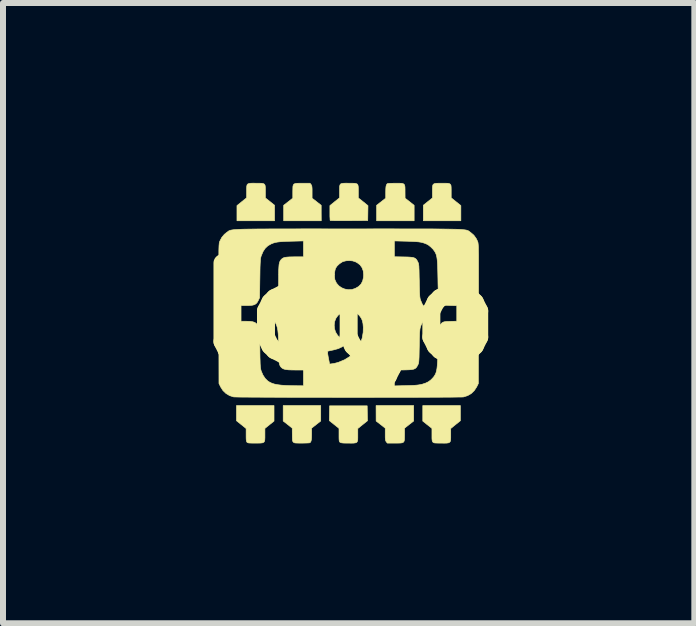
<source format=kicad_pcb>
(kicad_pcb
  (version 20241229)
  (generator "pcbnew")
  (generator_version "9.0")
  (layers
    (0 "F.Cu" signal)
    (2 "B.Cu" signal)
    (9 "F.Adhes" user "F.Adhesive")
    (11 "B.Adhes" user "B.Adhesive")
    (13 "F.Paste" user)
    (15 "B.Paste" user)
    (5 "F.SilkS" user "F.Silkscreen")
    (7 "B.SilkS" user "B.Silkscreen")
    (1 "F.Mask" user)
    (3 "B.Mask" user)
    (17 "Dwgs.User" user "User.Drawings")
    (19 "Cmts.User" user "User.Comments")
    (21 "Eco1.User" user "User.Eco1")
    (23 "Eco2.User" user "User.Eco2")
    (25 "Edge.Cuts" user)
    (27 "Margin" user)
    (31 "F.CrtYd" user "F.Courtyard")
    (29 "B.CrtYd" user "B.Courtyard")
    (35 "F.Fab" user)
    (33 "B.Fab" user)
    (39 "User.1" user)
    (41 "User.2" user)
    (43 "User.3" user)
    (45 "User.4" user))
  (footprint "logo"
    (layer "F.Cu")
    (at 2.765 2.173)
    (property "Reference" "logo" (at 0 0 0) (layer "F.SilkS") (effects (font (size 1.524 1.524) (thickness 0.3))))
    (attr through_hole)
    (fp_poly (pts (xy -1.547 -2.167) (xy -1.491 -2.167) (xy -1.451 -2.166) (xy -1.422 -2.161) (xy -1.404 -2.15) (xy -1.394 -2.132) (xy -1.39 -2.104) (xy -1.389 -2.065) (xy -1.389 -2.028) (xy -1.389 -1.922) (xy -1.312 -1.861) (xy -1.236 -1.8) (xy -1.236 -1.541) (xy -1.863 -1.541) (xy -1.863 -1.794) (xy -1.702 -1.924) (xy -1.702 -2.032) (xy -1.702 -2.08) (xy -1.7 -2.115) (xy -1.695 -2.139) (xy -1.683 -2.154) (xy -1.663 -2.163) (xy -1.633 -2.167) (xy -1.589 -2.168) (xy -1.547 -2.167)) (stroke (width 0.01) (type solid)) (fill yes) (layer "F.SilkS"))
    (fp_poly (pts (xy 1.612 -2.167) (xy 1.652 -2.166) (xy 1.679 -2.161) (xy 1.696 -2.15) (xy 1.706 -2.132) (xy 1.709 -2.104) (xy 1.71 -2.064) (xy 1.71 -2.03) (xy 1.71 -1.924) (xy 1.871 -1.794) (xy 1.871 -1.541) (xy 1.245 -1.541) (xy 1.245 -1.8) (xy 1.321 -1.861) (xy 1.397 -1.922) (xy 1.397 -2.032) (xy 1.397 -2.079) (xy 1.399 -2.114) (xy 1.404 -2.138) (xy 1.416 -2.153) (xy 1.435 -2.162) (xy 1.466 -2.166) (xy 1.509 -2.167) (xy 1.558 -2.167) (xy 1.612 -2.167)) (stroke (width 0.01) (type solid)) (fill yes) (layer "F.SilkS"))
    (fp_poly (pts (xy -0.627 -2.145) (xy -0.62 -2.134) (xy -0.615 -2.12) (xy -0.612 -2.101) (xy -0.61 -2.072) (xy -0.61 -2.031) (xy -0.61 -2.02) (xy -0.61 -1.918) (xy -0.458 -1.799) (xy -0.458 -1.67) (xy -0.457 -1.541) (xy -1.084 -1.541) (xy -1.084 -1.67) (xy -1.084 -1.799) (xy -0.932 -1.918) (xy -0.932 -2.026) (xy -0.931 -2.075) (xy -0.93 -2.111) (xy -0.924 -2.137) (xy -0.912 -2.153) (xy -0.892 -2.162) (xy -0.861 -2.166) (xy -0.817 -2.167) (xy -0.771 -2.167) (xy -0.645 -2.167) (xy -0.627 -2.145)) (stroke (width 0.01) (type solid)) (fill yes) (layer "F.SilkS"))
    (fp_poly (pts (xy 1.084 1.67) (xy 1.084 1.799) (xy 1.008 1.858) (xy 0.932 1.918) (xy 0.932 2.026) (xy 0.931 2.075) (xy 0.93 2.111) (xy 0.924 2.137) (xy 0.912 2.153) (xy 0.892 2.162) (xy 0.861 2.166) (xy 0.817 2.167) (xy 0.771 2.167) (xy 0.645 2.167) (xy 0.627 2.145) (xy 0.62 2.134) (xy 0.615 2.12) (xy 0.612 2.101) (xy 0.61 2.072) (xy 0.61 2.031) (xy 0.61 2.02) (xy 0.61 1.918) (xy 0.534 1.858) (xy 0.458 1.799) (xy 0.457 1.541) (xy 1.084 1.541) (xy 1.084 1.67)) (stroke (width 0.01) (type solid)) (fill yes) (layer "F.SilkS"))
    (fp_poly (pts (xy -1.245 1.8) (xy -1.321 1.861) (xy -1.397 1.922) (xy -1.397 2.032) (xy -1.397 2.079) (xy -1.399 2.114) (xy -1.404 2.138) (xy -1.416 2.153) (xy -1.435 2.162) (xy -1.466 2.166) (xy -1.509 2.167) (xy -1.558 2.167) (xy -1.608 2.167) (xy -1.643 2.166) (xy -1.666 2.165) (xy -1.681 2.161) (xy -1.691 2.157) (xy -1.696 2.152) (xy -1.702 2.142) (xy -1.706 2.127) (xy -1.709 2.104) (xy -1.71 2.069) (xy -1.71 2.03) (xy -1.71 1.924) (xy -1.871 1.794) (xy -1.871 1.541) (xy -1.245 1.541) (xy -1.245 1.8)) (stroke (width 0.01) (type solid)) (fill yes) (layer "F.SilkS"))
    (fp_poly (pts (xy 0.836 -2.167) (xy 0.877 -2.166) (xy 0.906 -2.161) (xy 0.924 -2.15) (xy 0.934 -2.132) (xy 0.939 -2.104) (xy 0.94 -2.065) (xy 0.94 -2.026) (xy 0.941 -1.918) (xy 1.092 -1.799) (xy 1.092 -1.67) (xy 1.092 -1.541) (xy 0.466 -1.541) (xy 0.466 -1.67) (xy 0.466 -1.799) (xy 0.618 -1.918) (xy 0.618 -2.018) (xy 0.619 -2.07) (xy 0.622 -2.109) (xy 0.628 -2.135) (xy 0.638 -2.153) (xy 0.647 -2.161) (xy 0.658 -2.163) (xy 0.683 -2.165) (xy 0.719 -2.166) (xy 0.762 -2.167) (xy 0.781 -2.167) (xy 0.836 -2.167)) (stroke (width 0.01) (type solid)) (fill yes) (layer "F.SilkS"))
    (fp_poly (pts (xy 0.311 1.67) (xy 0.314 1.794) (xy 0.152 1.924) (xy 0.152 2.032) (xy 0.152 2.08) (xy 0.151 2.115) (xy 0.145 2.139) (xy 0.134 2.155) (xy 0.113 2.163) (xy 0.083 2.167) (xy 0.039 2.168) (xy -0.001 2.167) (xy -0.052 2.167) (xy -0.089 2.166) (xy -0.115 2.163) (xy -0.132 2.159) (xy -0.142 2.154) (xy -0.15 2.148) (xy -0.155 2.139) (xy -0.158 2.126) (xy -0.16 2.104) (xy -0.161 2.071) (xy -0.161 2.032) (xy -0.161 1.922) (xy -0.322 1.793) (xy -0.32 1.669) (xy -0.318 1.545) (xy 0.309 1.545) (xy 0.311 1.67)) (stroke (width 0.01) (type solid)) (fill yes) (layer "F.SilkS"))
    (fp_poly (pts (xy 1.863 1.794) (xy 1.782 1.859) (xy 1.702 1.924) (xy 1.702 2.032) (xy 1.702 2.08) (xy 1.7 2.115) (xy 1.695 2.139) (xy 1.683 2.154) (xy 1.663 2.163) (xy 1.633 2.167) (xy 1.589 2.168) (xy 1.547 2.167) (xy 1.498 2.167) (xy 1.463 2.166) (xy 1.439 2.165) (xy 1.423 2.162) (xy 1.413 2.157) (xy 1.405 2.151) (xy 1.398 2.142) (xy 1.394 2.13) (xy 1.391 2.113) (xy 1.389 2.086) (xy 1.389 2.046) (xy 1.389 2.028) (xy 1.389 1.922) (xy 1.312 1.861) (xy 1.236 1.8) (xy 1.236 1.541) (xy 1.863 1.541) (xy 1.863 1.794)) (stroke (width 0.01) (type solid)) (fill yes) (layer "F.SilkS"))
    (fp_poly (pts (xy -0.466 1.799) (xy -0.542 1.858) (xy -0.618 1.918) (xy -0.618 2.018) (xy -0.619 2.07) (xy -0.622 2.109) (xy -0.628 2.135) (xy -0.638 2.153) (xy -0.647 2.161) (xy -0.658 2.163) (xy -0.683 2.165) (xy -0.719 2.166) (xy -0.762 2.167) (xy -0.781 2.167) (xy -0.83 2.167) (xy -0.865 2.166) (xy -0.889 2.165) (xy -0.905 2.162) (xy -0.915 2.157) (xy -0.923 2.151) (xy -0.93 2.142) (xy -0.935 2.13) (xy -0.938 2.113) (xy -0.939 2.086) (xy -0.94 2.047) (xy -0.94 2.026) (xy -0.941 1.918) (xy -1.016 1.858) (xy -1.092 1.799) (xy -1.092 1.541) (xy -0.466 1.541) (xy -0.466 1.799)) (stroke (width 0.01) (type solid)) (fill yes) (layer "F.SilkS"))
    (fp_poly (pts (xy 0.001 -2.167) (xy 0.057 -2.167) (xy 0.098 -2.166) (xy 0.126 -2.161) (xy 0.145 -2.152) (xy 0.155 -2.135) (xy 0.16 -2.109) (xy 0.161 -2.072) (xy 0.161 -2.032) (xy 0.161 -1.922) (xy 0.242 -1.858) (xy 0.322 -1.793) (xy 0.32 -1.669) (xy 0.318 -1.545) (xy 0.008 -1.543) (xy -0.063 -1.543) (xy -0.128 -1.543) (xy -0.186 -1.543) (xy -0.235 -1.543) (xy -0.273 -1.544) (xy -0.298 -1.545) (xy -0.308 -1.546) (xy -0.308 -1.546) (xy -0.31 -1.557) (xy -0.311 -1.58) (xy -0.313 -1.615) (xy -0.313 -1.657) (xy -0.313 -1.673) (xy -0.313 -1.794) (xy -0.233 -1.859) (xy -0.152 -1.924) (xy -0.152 -2.032) (xy -0.152 -2.08) (xy -0.151 -2.115) (xy -0.145 -2.139) (xy -0.134 -2.155) (xy -0.113 -2.163) (xy -0.083 -2.167) (xy -0.039 -2.168) (xy 0.001 -2.167)) (stroke (width 0.01) (type solid)) (fill yes) (layer "F.SilkS"))
    (fp_poly (pts (xy -0.453 -1.406) (xy -0.258 -1.405) (xy -0.047 -1.405) (xy 0 -1.405) (xy 0.214 -1.405) (xy 0.412 -1.406) (xy 0.595 -1.406) (xy 0.762 -1.406) (xy 0.915 -1.405) (xy 1.055 -1.405) (xy 1.182 -1.405) (xy 1.296 -1.405) (xy 1.399 -1.405) (xy 1.491 -1.404) (xy 1.572 -1.403) (xy 1.644 -1.402) (xy 1.707 -1.401) (xy 1.762 -1.4) (xy 1.809 -1.399) (xy 1.849 -1.397) (xy 1.883 -1.395) (xy 1.911 -1.392) (xy 1.934 -1.39) (xy 1.953 -1.387) (xy 1.968 -1.384) (xy 1.981 -1.38) (xy 1.991 -1.376) (xy 1.999 -1.372) (xy 2.007 -1.367) (xy 2.014 -1.361) (xy 2.021 -1.356) (xy 2.03 -1.349) (xy 2.032 -1.348) (xy 2.087 -1.301) (xy 2.128 -1.244) (xy 2.15 -1.198) (xy 2.152 -1.191) (xy 2.155 -1.184) (xy 2.157 -1.176) (xy 2.158 -1.166) (xy 2.16 -1.153) (xy 2.161 -1.137) (xy 2.163 -1.116) (xy 2.164 -1.089) (xy 2.164 -1.057) (xy 2.165 -1.017) (xy 2.166 -0.969) (xy 2.166 -0.913) (xy 2.166 -0.846) (xy 2.166 -0.769) (xy 2.166 -0.681) (xy 2.166 -0.58) (xy 2.166 -0.466) (xy 2.166 -0.338) (xy 2.166 -0.195) (xy 2.166 -0.036) (xy 2.165 0.011) (xy 2.163 1.173) (xy 2.135 1.23) (xy 2.096 1.29) (xy 2.046 1.339) (xy 1.985 1.375) (xy 1.916 1.397) (xy 1.914 1.397) (xy 1.901 1.398) (xy 1.872 1.399) (xy 1.828 1.399) (xy 1.77 1.4) (xy 1.699 1.401) (xy 1.615 1.401) (xy 1.52 1.402) (xy 1.415 1.402) (xy 1.301 1.403) (xy 1.178 1.403) (xy 1.047 1.404) (xy 0.91 1.404) (xy 0.767 1.404) (xy 0.619 1.404) (xy 0.468 1.404) (xy 0.314 1.405) (xy 0.158 1.405) (xy 0.001 1.405) (xy -0.156 1.405) (xy -0.313 1.404) (xy -0.467 1.404) (xy -0.618 1.404) (xy -0.766 1.404) (xy -0.909 1.404) (xy -1.047 1.403) (xy -1.178 1.403) (xy -1.301 1.402) (xy -1.416 1.402) (xy -1.522 1.401) (xy -1.617 1.401) (xy -1.701 1.4) (xy -1.773 1.4) (xy -1.832 1.399) (xy -1.877 1.398) (xy -1.907 1.397) (xy -1.921 1.396) (xy -1.921 1.396) (xy -1.986 1.375) (xy -2.046 1.339) (xy -2.096 1.291) (xy -2.134 1.232) (xy -2.135 1.23) (xy -2.163 1.173) (xy -2.165 0.011) (xy -2.166 -0.127) (xy -1.795 -0.127) (xy -1.795 0.135) (xy -1.702 0.135) (xy -1.642 0.137) (xy -1.597 0.144) (xy -1.563 0.156) (xy -1.536 0.176) (xy -1.515 0.205) (xy -1.501 0.233) (xy -1.498 0.243) (xy -1.494 0.257) (xy -1.492 0.275) (xy -1.489 0.299) (xy -1.487 0.331) (xy -1.486 0.373) (xy -1.484 0.426) (xy -1.483 0.493) (xy -1.482 0.574) (xy -1.481 0.588) (xy -1.48 0.672) (xy -1.479 0.74) (xy -1.477 0.795) (xy -1.476 0.838) (xy -1.474 0.872) (xy -1.472 0.899) (xy -1.469 0.92) (xy -1.466 0.938) (xy -1.462 0.953) (xy -1.458 0.966) (xy -1.429 1.033) (xy -1.391 1.09) (xy -1.348 1.132) (xy -1.316 1.152) (xy -1.28 1.169) (xy -1.236 1.183) (xy -1.184 1.193) (xy -1.121 1.201) (xy -1.046 1.206) (xy -0.956 1.209) (xy -0.895 1.21) (xy -0.754 1.211) (xy -0.754 0.948) (xy -0.887 0.948) (xy -0.954 0.947) (xy -1.006 0.945) (xy -1.046 0.94) (xy -1.077 0.933) (xy -1.1 0.923) (xy -1.118 0.91) (xy -1.12 0.908) (xy -1.134 0.893) (xy -1.145 0.875) (xy -1.153 0.854) (xy -1.159 0.826) (xy -1.164 0.789) (xy -1.166 0.742) (xy -1.168 0.683) (xy -1.168 0.66) (xy -0.352 0.66) (xy -0.348 0.689) (xy -0.341 0.731) (xy -0.338 0.745) (xy -0.318 0.849) (xy -0.272 0.843) (xy -0.24 0.838) (xy -0.201 0.828) (xy -0.163 0.817) (xy -0.162 0.816) (xy -0.068 0.777) (xy 0.016 0.725) (xy 0.087 0.662) (xy 0.147 0.588) (xy 0.193 0.506) (xy 0.225 0.417) (xy 0.242 0.32) (xy 0.244 0.235) (xy 0.239 0.175) (xy 0.229 0.128) (xy 0.213 0.088) (xy 0.188 0.052) (xy 0.178 0.039) (xy 0.145 0.008) (xy 0.112 -0.013) (xy 0.072 -0.025) (xy 0.021 -0.029) (xy 0.004 -0.029) (xy -0.035 -0.029) (xy -0.063 -0.026) (xy -0.086 -0.02) (xy -0.109 -0.01) (xy -0.114 -0.007) (xy -0.143 0.01) (xy -0.169 0.03) (xy -0.179 0.039) (xy -0.213 0.086) (xy -0.234 0.141) (xy -0.241 0.2) (xy -0.236 0.259) (xy -0.218 0.316) (xy -0.187 0.366) (xy -0.175 0.38) (xy -0.15 0.402) (xy -0.117 0.422) (xy -0.084 0.438) (xy -0.054 0.448) (xy -0.044 0.449) (xy -0.03 0.452) (xy -0.026 0.462) (xy -0.034 0.483) (xy -0.038 0.491) (xy -0.068 0.53) (xy -0.113 0.563) (xy -0.173 0.591) (xy -0.248 0.612) (xy -0.281 0.619) (xy -0.311 0.625) (xy -0.336 0.631) (xy -0.348 0.635) (xy -0.351 0.643) (xy -0.352 0.66) (xy -1.168 0.66) (xy -1.168 0.609) (xy -1.168 0.588) (xy -1.169 0.492) (xy -1.171 0.412) (xy -1.175 0.344) (xy -1.181 0.288) (xy -1.19 0.241) (xy -1.202 0.202) (xy -1.217 0.169) (xy -1.236 0.139) (xy -1.258 0.111) (xy -1.259 0.11) (xy -1.298 0.072) (xy -1.341 0.046) (xy -1.392 0.026) (xy -1.397 0.025) (xy -1.426 0.016) (xy -1.44 0.008) (xy -1.437 0.002) (xy -1.42 -0.005) (xy -1.412 -0.008) (xy -1.343 -0.036) (xy -1.286 -0.075) (xy -1.259 -0.102) (xy -1.236 -0.13) (xy -1.217 -0.159) (xy -1.202 -0.193) (xy -1.19 -0.232) (xy -1.182 -0.278) (xy -1.175 -0.334) (xy -1.171 -0.401) (xy -1.169 -0.481) (xy -1.168 -0.576) (xy -1.168 -0.579) (xy -1.168 -0.643) (xy -0.236 -0.643) (xy -0.235 -0.6) (xy -0.231 -0.565) (xy -0.228 -0.554) (xy -0.203 -0.501) (xy -0.165 -0.457) (xy -0.118 -0.424) (xy -0.064 -0.402) (xy -0.005 -0.392) (xy 0.055 -0.395) (xy 0.111 -0.413) (xy 0.165 -0.444) (xy 0.206 -0.485) (xy 0.233 -0.536) (xy 0.247 -0.598) (xy 0.249 -0.64) (xy 0.243 -0.705) (xy 0.223 -0.759) (xy 0.19 -0.805) (xy 0.143 -0.841) (xy 0.11 -0.858) (xy 0.065 -0.872) (xy 0.012 -0.877) (xy -0.042 -0.874) (xy -0.09 -0.862) (xy -0.105 -0.856) (xy -0.151 -0.826) (xy -0.191 -0.789) (xy -0.217 -0.751) (xy -0.226 -0.724) (xy -0.233 -0.686) (xy -0.236 -0.643) (xy -1.168 -0.643) (xy -1.168 -0.657) (xy -1.167 -0.719) (xy -1.164 -0.769) (xy -1.161 -0.808) (xy -1.155 -0.838) (xy -1.147 -0.862) (xy -1.137 -0.88) (xy -1.124 -0.896) (xy -1.119 -0.901) (xy -1.103 -0.914) (xy -1.084 -0.924) (xy -1.06 -0.931) (xy -1.028 -0.935) (xy -0.987 -0.938) (xy -0.932 -0.939) (xy -0.891 -0.94) (xy -0.754 -0.94) (xy -0.754 -0.941) (xy 0.762 -0.941) (xy 0.917 -0.938) (xy 0.98 -0.937) (xy 1.029 -0.934) (xy 1.066 -0.93) (xy 1.094 -0.922) (xy 1.114 -0.911) (xy 1.13 -0.896) (xy 1.143 -0.875) (xy 1.151 -0.859) (xy 1.157 -0.847) (xy 1.162 -0.836) (xy 1.166 -0.822) (xy 1.168 -0.806) (xy 1.171 -0.783) (xy 1.172 -0.753) (xy 1.174 -0.714) (xy 1.175 -0.663) (xy 1.176 -0.599) (xy 1.178 -0.542) (xy 1.179 -0.465) (xy 1.181 -0.402) (xy 1.182 -0.353) (xy 1.184 -0.314) (xy 1.186 -0.283) (xy 1.189 -0.26) (xy 1.192 -0.241) (xy 1.197 -0.224) (xy 1.2 -0.215) (xy 1.229 -0.148) (xy 1.27 -0.094) (xy 1.322 -0.052) (xy 1.386 -0.023) (xy 1.392 -0.021) (xy 1.418 -0.012) (xy 1.44 -0.006) (xy 1.448 -0.003) (xy 1.447 0.001) (xy 1.432 0.009) (xy 1.408 0.019) (xy 1.404 0.02) (xy 1.336 0.051) (xy 1.281 0.09) (xy 1.239 0.139) (xy 1.208 0.2) (xy 1.201 0.22) (xy 1.196 0.237) (xy 1.191 0.254) (xy 1.188 0.274) (xy 1.186 0.299) (xy 1.183 0.33) (xy 1.182 0.371) (xy 1.18 0.423) (xy 1.179 0.488) (xy 1.178 0.55) (xy 1.176 0.626) (xy 1.175 0.687) (xy 1.174 0.734) (xy 1.172 0.771) (xy 1.17 0.798) (xy 1.168 0.819) (xy 1.165 0.835) (xy 1.161 0.847) (xy 1.156 0.859) (xy 1.151 0.868) (xy 1.138 0.892) (xy 1.124 0.911) (xy 1.107 0.924) (xy 1.084 0.934) (xy 1.054 0.94) (xy 1.013 0.944) (xy 0.958 0.946) (xy 0.917 0.947) (xy 0.762 0.95) (xy 0.762 1.213) (xy 0.959 1.208) (xy 1.028 1.206) (xy 1.084 1.204) (xy 1.128 1.201) (xy 1.163 1.197) (xy 1.193 1.192) (xy 1.22 1.186) (xy 1.223 1.186) (xy 1.282 1.167) (xy 1.33 1.144) (xy 1.371 1.113) (xy 1.396 1.088) (xy 1.416 1.066) (xy 1.432 1.043) (xy 1.446 1.019) (xy 1.457 0.992) (xy 1.466 0.959) (xy 1.473 0.92) (xy 1.478 0.873) (xy 1.482 0.815) (xy 1.485 0.746) (xy 1.488 0.663) (xy 1.489 0.572) (xy 1.491 0.49) (xy 1.492 0.423) (xy 1.493 0.37) (xy 1.495 0.329) (xy 1.497 0.297) (xy 1.499 0.272) (xy 1.501 0.254) (xy 1.504 0.24) (xy 1.508 0.229) (xy 1.512 0.219) (xy 1.529 0.191) (xy 1.551 0.167) (xy 1.559 0.16) (xy 1.572 0.152) (xy 1.587 0.146) (xy 1.605 0.142) (xy 1.632 0.139) (xy 1.671 0.138) (xy 1.695 0.137) (xy 1.803 0.134) (xy 1.803 -0.125) (xy 1.695 -0.128) (xy 1.65 -0.13) (xy 1.618 -0.132) (xy 1.595 -0.135) (xy 1.579 -0.14) (xy 1.566 -0.147) (xy 1.559 -0.152) (xy 1.538 -0.172) (xy 1.518 -0.2) (xy 1.512 -0.211) (xy 1.508 -0.222) (xy 1.504 -0.234) (xy 1.501 -0.248) (xy 1.498 -0.267) (xy 1.496 -0.292) (xy 1.495 -0.325) (xy 1.493 -0.368) (xy 1.492 -0.423) (xy 1.49 -0.491) (xy 1.489 -0.567) (xy 1.487 -0.66) (xy 1.485 -0.737) (xy 1.483 -0.801) (xy 1.48 -0.853) (xy 1.476 -0.896) (xy 1.471 -0.931) (xy 1.465 -0.959) (xy 1.458 -0.983) (xy 1.448 -1.005) (xy 1.437 -1.026) (xy 1.435 -1.029) (xy 1.408 -1.066) (xy 1.372 -1.102) (xy 1.333 -1.134) (xy 1.301 -1.152) (xy 1.269 -1.165) (xy 1.239 -1.175) (xy 1.206 -1.183) (xy 1.168 -1.189) (xy 1.122 -1.193) (xy 1.066 -1.196) (xy 0.997 -1.199) (xy 0.963 -1.2) (xy 0.762 -1.205) (xy 0.762 -0.941) (xy -0.754 -0.941) (xy -0.754 -1.205) (xy -0.95 -1.2) (xy -1.029 -1.198) (xy -1.093 -1.195) (xy -1.145 -1.191) (xy -1.188 -1.186) (xy -1.224 -1.179) (xy -1.255 -1.17) (xy -1.283 -1.159) (xy -1.291 -1.156) (xy -1.346 -1.125) (xy -1.391 -1.083) (xy -1.427 -1.029) (xy -1.456 -0.961) (xy -1.459 -0.954) (xy -1.463 -0.94) (xy -1.467 -0.924) (xy -1.47 -0.906) (xy -1.472 -0.883) (xy -1.474 -0.853) (xy -1.476 -0.816) (xy -1.478 -0.768) (xy -1.479 -0.708) (xy -1.48 -0.635) (xy -1.481 -0.58) (xy -1.486 -0.258) (xy -1.508 -0.211) (xy -1.526 -0.179) (xy -1.546 -0.157) (xy -1.573 -0.141) (xy -1.609 -0.132) (xy -1.656 -0.128) (xy -1.7 -0.127) (xy -1.795 -0.127) (xy -2.166 -0.127) (xy -2.166 -0.152) (xy -2.166 -0.3) (xy -2.166 -0.432) (xy -2.166 -0.55) (xy -2.166 -0.654) (xy -2.166 -0.746) (xy -2.166 -0.826) (xy -2.166 -0.895) (xy -2.166 -0.954) (xy -2.165 -1.005) (xy -2.165 -1.046) (xy -2.164 -1.081) (xy -2.163 -1.109) (xy -2.162 -1.131) (xy -2.16 -1.149) (xy -2.159 -1.163) (xy -2.157 -1.173) (xy -2.155 -1.182) (xy -2.153 -1.189) (xy -2.151 -1.196) (xy -2.15 -1.198) (xy -2.117 -1.262) (xy -2.072 -1.316) (xy -2.032 -1.348) (xy -2.023 -1.354) (xy -2.015 -1.36) (xy -2.008 -1.366) (xy -2.001 -1.371) (xy -1.993 -1.375) (xy -1.983 -1.379) (xy -1.971 -1.383) (xy -1.957 -1.386) (xy -1.939 -1.389) (xy -1.916 -1.392) (xy -1.889 -1.394) (xy -1.857 -1.396) (xy -1.818 -1.398) (xy -1.772 -1.4) (xy -1.719 -1.401) (xy -1.658 -1.402) (xy -1.588 -1.403) (xy -1.509 -1.404) (xy -1.419 -1.404) (xy -1.319 -1.405) (xy -1.207 -1.405) (xy -1.083 -1.405) (xy -0.946 -1.405) (xy -0.796 -1.406) (xy -0.632 -1.406) (xy -0.453 -1.406)) (stroke (width 0.01) (type solid)) (fill yes) (layer "F.SilkS")))
  (gr_rect
    (start -3 -3)
    (end 8.53 7.345)
    (stroke (width 0.1) (type default))
    (fill no)
    (layer "Edge.Cuts")))
</source>
